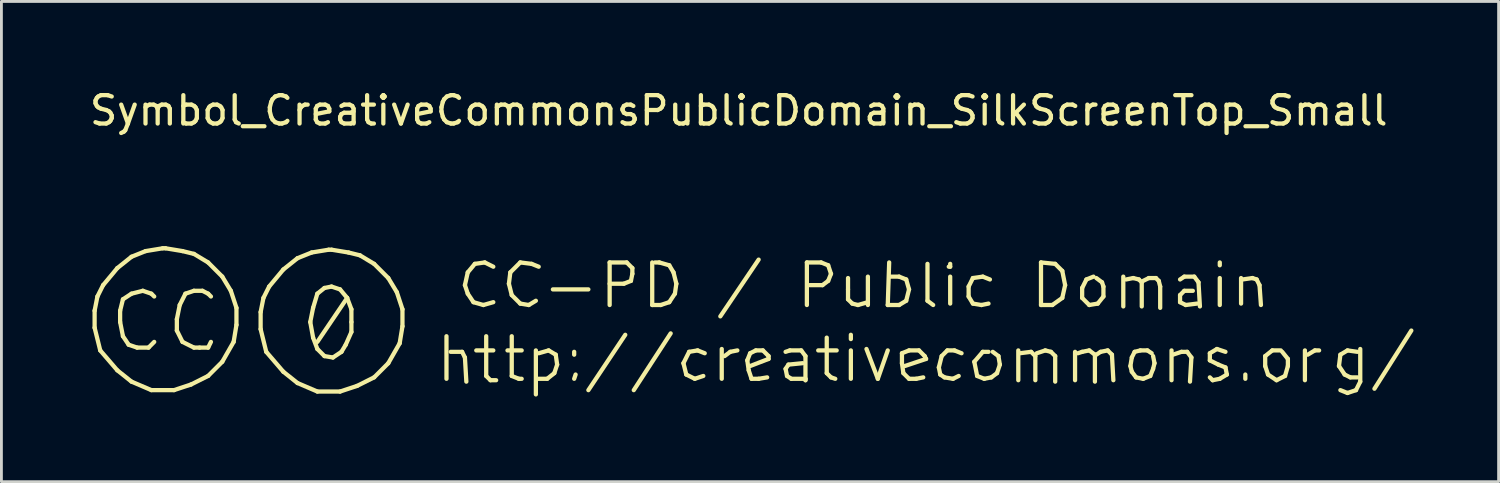
<source format=kicad_pcb>
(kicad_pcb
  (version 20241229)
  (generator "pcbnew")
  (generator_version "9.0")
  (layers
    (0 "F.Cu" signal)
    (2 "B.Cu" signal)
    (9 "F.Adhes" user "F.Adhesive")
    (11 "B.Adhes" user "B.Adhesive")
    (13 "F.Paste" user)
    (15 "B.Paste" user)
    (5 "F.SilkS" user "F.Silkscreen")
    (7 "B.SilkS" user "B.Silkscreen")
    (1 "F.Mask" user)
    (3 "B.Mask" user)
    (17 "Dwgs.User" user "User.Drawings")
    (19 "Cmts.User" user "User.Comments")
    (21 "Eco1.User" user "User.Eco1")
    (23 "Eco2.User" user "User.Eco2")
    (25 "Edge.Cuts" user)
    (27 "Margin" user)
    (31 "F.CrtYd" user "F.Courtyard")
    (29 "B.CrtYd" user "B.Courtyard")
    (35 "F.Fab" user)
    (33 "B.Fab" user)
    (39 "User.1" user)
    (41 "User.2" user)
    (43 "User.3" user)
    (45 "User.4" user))
  (footprint "Symbol_CreativeCommonsPublicDomain_SilkScreenTop_Small"
    (layer "F.Cu")
    (at 22.383 8.148)
    (property "Reference" "Symbol_CreativeCommonsPublicDomain_SilkScreenTop_Small" (at 0.599 -7.3 0) (layer "F.SilkS") (effects (font (size 1 1) (thickness 0.15))))
    (attr through_hole)
    (fp_line (start -22.099 -0.25) (end -22.099 0.35) (stroke (width 0.15) (type solid)) (layer "F.SilkS"))
    (fp_line (start -22.099 0.35) (end -21.901 1.15) (stroke (width 0.15) (type solid)) (layer "F.SilkS"))
    (fp_line (start -22 -0.75) (end -22.099 -0.25) (stroke (width 0.15) (type solid)) (layer "F.SilkS"))
    (fp_line (start -21.901 1.15) (end -21.299 1.851) (stroke (width 0.15) (type solid)) (layer "F.SilkS"))
    (fp_line (start -21.8 -1.149) (end -22 -0.75) (stroke (width 0.15) (type solid)) (layer "F.SilkS"))
    (fp_line (start -21.299 -1.751) (end -21.8 -1.149) (stroke (width 0.15) (type solid)) (layer "F.SilkS"))
    (fp_line (start -21.299 1.851) (end -20.799 2.25) (stroke (width 0.15) (type solid)) (layer "F.SilkS"))
    (fp_line (start -21.2 -0.25) (end -21.2 0.149) (stroke (width 0.15) (type solid)) (layer "F.SilkS"))
    (fp_line (start -21.2 0.149) (end -21.101 0.649) (stroke (width 0.15) (type solid)) (layer "F.SilkS"))
    (fp_line (start -21.101 -0.651) (end -21.2 -0.25) (stroke (width 0.15) (type solid)) (layer "F.SilkS"))
    (fp_line (start -21.101 0.649) (end -20.9 0.949) (stroke (width 0.15) (type solid)) (layer "F.SilkS"))
    (fp_line (start -20.9 0.949) (end -20.601 1.051) (stroke (width 0.15) (type solid)) (layer "F.SilkS"))
    (fp_line (start -20.799 -2.15) (end -21.299 -1.751) (stroke (width 0.15) (type solid)) (layer "F.SilkS"))
    (fp_line (start -20.799 -0.849) (end -21.101 -0.651) (stroke (width 0.15) (type solid)) (layer "F.SilkS"))
    (fp_line (start -20.799 2.25) (end -20.1 2.549) (stroke (width 0.15) (type solid)) (layer "F.SilkS"))
    (fp_line (start -20.601 1.051) (end -20.199 1.051) (stroke (width 0.15) (type solid)) (layer "F.SilkS"))
    (fp_line (start -20.4 -0.951) (end -20.799 -0.849) (stroke (width 0.15) (type solid)) (layer "F.SilkS"))
    (fp_line (start -20.301 -2.35) (end -20.799 -2.15) (stroke (width 0.15) (type solid)) (layer "F.SilkS"))
    (fp_line (start -20.199 1.051) (end -19.999 0.85) (stroke (width 0.15) (type solid)) (layer "F.SilkS"))
    (fp_line (start -20.1 -0.849) (end -20.4 -0.951) (stroke (width 0.15) (type solid)) (layer "F.SilkS"))
    (fp_line (start -20.1 2.549) (end -19.3 2.549) (stroke (width 0.15) (type solid)) (layer "F.SilkS"))
    (fp_line (start -19.999 -0.75) (end -20.1 -0.849) (stroke (width 0.15) (type solid)) (layer "F.SilkS"))
    (fp_line (start -19.699 -2.449) (end -20.301 -2.35) (stroke (width 0.15) (type solid)) (layer "F.SilkS"))
    (fp_line (start -19.6 -2.449) (end -19.699 -2.449) (stroke (width 0.15) (type solid)) (layer "F.SilkS"))
    (fp_line (start -19.3 2.549) (end -18.701 2.351) (stroke (width 0.15) (type solid)) (layer "F.SilkS"))
    (fp_line (start -19.201 0.05) (end -19.201 0.449) (stroke (width 0.15) (type solid)) (layer "F.SilkS"))
    (fp_line (start -19.201 0.449) (end -19.001 0.85) (stroke (width 0.15) (type solid)) (layer "F.SilkS"))
    (fp_line (start -19.1 -0.45) (end -19.201 0.05) (stroke (width 0.15) (type solid)) (layer "F.SilkS"))
    (fp_line (start -19.001 -2.35) (end -19.6 -2.449) (stroke (width 0.15) (type solid)) (layer "F.SilkS"))
    (fp_line (start -19.001 0.85) (end -18.599 1.051) (stroke (width 0.15) (type solid)) (layer "F.SilkS"))
    (fp_line (start -18.899 -0.849) (end -19.1 -0.45) (stroke (width 0.15) (type solid)) (layer "F.SilkS"))
    (fp_line (start -18.701 2.351) (end -18.099 2.049) (stroke (width 0.15) (type solid)) (layer "F.SilkS"))
    (fp_line (start -18.599 -2.251) (end -19.001 -2.35) (stroke (width 0.15) (type solid)) (layer "F.SilkS"))
    (fp_line (start -18.599 -0.951) (end -18.899 -0.849) (stroke (width 0.15) (type solid)) (layer "F.SilkS"))
    (fp_line (start -18.599 1.051) (end -18.401 1.051) (stroke (width 0.15) (type solid)) (layer "F.SilkS"))
    (fp_line (start -18.401 1.051) (end -18.099 1.051) (stroke (width 0.15) (type solid)) (layer "F.SilkS"))
    (fp_line (start -18.3 -0.951) (end -18.599 -0.951) (stroke (width 0.15) (type solid)) (layer "F.SilkS"))
    (fp_line (start -18.099 -1.949) (end -18.599 -2.251) (stroke (width 0.15) (type solid)) (layer "F.SilkS"))
    (fp_line (start -18.099 -0.849) (end -18.3 -0.951) (stroke (width 0.15) (type solid)) (layer "F.SilkS"))
    (fp_line (start -18.099 1.051) (end -18 0.85) (stroke (width 0.15) (type solid)) (layer "F.SilkS"))
    (fp_line (start -18.099 2.049) (end -17.601 1.551) (stroke (width 0.15) (type solid)) (layer "F.SilkS"))
    (fp_line (start -18 -0.75) (end -18.099 -0.849) (stroke (width 0.15) (type solid)) (layer "F.SilkS"))
    (fp_line (start -17.601 -1.451) (end -18.099 -1.949) (stroke (width 0.15) (type solid)) (layer "F.SilkS"))
    (fp_line (start -17.601 1.551) (end -17.2 0.85) (stroke (width 0.15) (type solid)) (layer "F.SilkS"))
    (fp_line (start -17.299 -0.951) (end -17.601 -1.451) (stroke (width 0.15) (type solid)) (layer "F.SilkS"))
    (fp_line (start -17.2 0.85) (end -17.101 0.251) (stroke (width 0.15) (type solid)) (layer "F.SilkS"))
    (fp_line (start -17.101 -0.349) (end -17.299 -0.951) (stroke (width 0.15) (type solid)) (layer "F.SilkS"))
    (fp_line (start -17.101 0.251) (end -17.101 -0.349) (stroke (width 0.15) (type solid)) (layer "F.SilkS"))
    (fp_line (start -16.249 -0.2) (end -16.249 0.4) (stroke (width 0.15) (type solid)) (layer "F.SilkS"))
    (fp_line (start -16.249 0.4) (end -16.051 1.2) (stroke (width 0.15) (type solid)) (layer "F.SilkS"))
    (fp_line (start -16.15 -0.7) (end -16.249 -0.2) (stroke (width 0.15) (type solid)) (layer "F.SilkS"))
    (fp_line (start -16.051 1.2) (end -15.449 1.901) (stroke (width 0.15) (type solid)) (layer "F.SilkS"))
    (fp_line (start -15.95 -1.099) (end -16.15 -0.7) (stroke (width 0.15) (type solid)) (layer "F.SilkS"))
    (fp_line (start -15.449 -1.701) (end -15.95 -1.099) (stroke (width 0.15) (type solid)) (layer "F.SilkS"))
    (fp_line (start -15.449 1.901) (end -14.949 2.3) (stroke (width 0.15) (type solid)) (layer "F.SilkS"))
    (fp_line (start -14.949 -2.1) (end -15.449 -1.701) (stroke (width 0.15) (type solid)) (layer "F.SilkS"))
    (fp_line (start -14.949 2.3) (end -14.25 2.599) (stroke (width 0.15) (type solid)) (layer "F.SilkS"))
    (fp_line (start -14.5 0.15) (end -14.4 -0.35) (stroke (width 0.15) (type solid)) (layer "F.SilkS"))
    (fp_line (start -14.451 -2.3) (end -14.949 -2.1) (stroke (width 0.15) (type solid)) (layer "F.SilkS"))
    (fp_line (start -14.4 -0.35) (end -14.25 -0.85) (stroke (width 0.15) (type solid)) (layer "F.SilkS"))
    (fp_line (start -14.4 0.7) (end -14.5 0.15) (stroke (width 0.15) (type solid)) (layer "F.SilkS"))
    (fp_line (start -14.25 2.599) (end -13.45 2.599) (stroke (width 0.15) (type solid)) (layer "F.SilkS"))
    (fp_line (start -14.25 -0.85) (end -14 -1.05) (stroke (width 0.15) (type solid)) (layer "F.SilkS"))
    (fp_line (start -14.25 1.1) (end -14.4 0.7) (stroke (width 0.15) (type solid)) (layer "F.SilkS"))
    (fp_line (start -14 -1.05) (end -13.75 -1.1) (stroke (width 0.15) (type solid)) (layer "F.SilkS"))
    (fp_line (start -14 1.35) (end -14.25 1.1) (stroke (width 0.15) (type solid)) (layer "F.SilkS"))
    (fp_line (start -13.849 -2.399) (end -14.451 -2.3) (stroke (width 0.15) (type solid)) (layer "F.SilkS"))
    (fp_line (start -13.75 -2.399) (end -13.849 -2.399) (stroke (width 0.15) (type solid)) (layer "F.SilkS"))
    (fp_line (start -13.75 -1.1) (end -13.45 -1) (stroke (width 0.15) (type solid)) (layer "F.SilkS"))
    (fp_line (start -13.7 1.4) (end -14 1.35) (stroke (width 0.15) (type solid)) (layer "F.SilkS"))
    (fp_line (start -13.45 2.599) (end -12.851 2.401) (stroke (width 0.15) (type solid)) (layer "F.SilkS"))
    (fp_line (start -13.45 -1) (end -13.2 -0.7) (stroke (width 0.15) (type solid)) (layer "F.SilkS"))
    (fp_line (start -13.4 1.2) (end -13.7 1.4) (stroke (width 0.15) (type solid)) (layer "F.SilkS"))
    (fp_line (start -13.25 0.95) (end -13.4 1.2) (stroke (width 0.15) (type solid)) (layer "F.SilkS"))
    (fp_line (start -13.2 -0.7) (end -14.25 0.85) (stroke (width 0.15) (type solid)) (layer "F.SilkS"))
    (fp_line (start -13.2 -0.7) (end -13.05 -0.3) (stroke (width 0.15) (type solid)) (layer "F.SilkS"))
    (fp_line (start -13.151 -2.3) (end -13.75 -2.399) (stroke (width 0.15) (type solid)) (layer "F.SilkS"))
    (fp_line (start -13.05 -0.3) (end -13.05 0.15) (stroke (width 0.15) (type solid)) (layer "F.SilkS"))
    (fp_line (start -13.05 0.15) (end -13.05 0.5) (stroke (width 0.15) (type solid)) (layer "F.SilkS"))
    (fp_line (start -13.05 0.5) (end -13.25 0.95) (stroke (width 0.15) (type solid)) (layer "F.SilkS"))
    (fp_line (start -12.851 2.401) (end -12.249 2.099) (stroke (width 0.15) (type solid)) (layer "F.SilkS"))
    (fp_line (start -12.749 -2.201) (end -13.151 -2.3) (stroke (width 0.15) (type solid)) (layer "F.SilkS"))
    (fp_line (start -12.249 -1.899) (end -12.749 -2.201) (stroke (width 0.15) (type solid)) (layer "F.SilkS"))
    (fp_line (start -12.249 2.099) (end -11.751 1.601) (stroke (width 0.15) (type solid)) (layer "F.SilkS"))
    (fp_line (start -11.751 -1.401) (end -12.249 -1.899) (stroke (width 0.15) (type solid)) (layer "F.SilkS"))
    (fp_line (start -11.751 1.601) (end -11.35 0.9) (stroke (width 0.15) (type solid)) (layer "F.SilkS"))
    (fp_line (start -11.449 -0.901) (end -11.751 -1.401) (stroke (width 0.15) (type solid)) (layer "F.SilkS"))
    (fp_line (start -11.35 0.9) (end -11.251 0.301) (stroke (width 0.15) (type solid)) (layer "F.SilkS"))
    (fp_line (start -11.251 -0.299) (end -11.449 -0.901) (stroke (width 0.15) (type solid)) (layer "F.SilkS"))
    (fp_line (start -11.251 0.301) (end -11.251 -0.299) (stroke (width 0.15) (type solid)) (layer "F.SilkS"))
    (fp_line (start -9.7 0.65) (end -9.7 2.15) (stroke (width 0.15) (type solid)) (layer "F.SilkS"))
    (fp_line (start -9.15 1.2) (end -9.55 1.2) (stroke (width 0.15) (type solid)) (layer "F.SilkS"))
    (fp_line (start -9.05 -1.15) (end -8.95 -0.85) (stroke (width 0.15) (type solid)) (layer "F.SilkS"))
    (fp_line (start -9.05 1.4) (end -9.15 1.2) (stroke (width 0.15) (type solid)) (layer "F.SilkS"))
    (fp_line (start -9 2.25) (end -9.05 1.4) (stroke (width 0.15) (type solid)) (layer "F.SilkS"))
    (fp_line (start -8.95 -1.6) (end -9.05 -1.15) (stroke (width 0.15) (type solid)) (layer "F.SilkS"))
    (fp_line (start -8.95 -0.85) (end -8.75 -0.55) (stroke (width 0.15) (type solid)) (layer "F.SilkS"))
    (fp_line (start -8.75 -0.55) (end -8.4 -0.45) (stroke (width 0.15) (type solid)) (layer "F.SilkS"))
    (fp_line (start -8.7 -1.9) (end -8.95 -1.6) (stroke (width 0.15) (type solid)) (layer "F.SilkS"))
    (fp_line (start -8.65 1.15) (end -8.05 1.15) (stroke (width 0.15) (type solid)) (layer "F.SilkS"))
    (fp_line (start -8.4 -0.45) (end -8.05 -0.55) (stroke (width 0.15) (type solid)) (layer "F.SilkS"))
    (fp_line (start -8.35 -1.95) (end -8.7 -1.9) (stroke (width 0.15) (type solid)) (layer "F.SilkS"))
    (fp_line (start -8.3 0.65) (end -8.3 2.05) (stroke (width 0.15) (type solid)) (layer "F.SilkS"))
    (fp_line (start -8.3 2.05) (end -8.15 2.2) (stroke (width 0.15) (type solid)) (layer "F.SilkS"))
    (fp_line (start -8.15 2.2) (end -7.95 2.2) (stroke (width 0.15) (type solid)) (layer "F.SilkS"))
    (fp_line (start -8.05 -1.8) (end -8.35 -1.95) (stroke (width 0.15) (type solid)) (layer "F.SilkS"))
    (fp_line (start -7.5 -1.2) (end -7.4 -0.8) (stroke (width 0.15) (type solid)) (layer "F.SilkS"))
    (fp_line (start -7.45 -1.6) (end -7.5 -1.2) (stroke (width 0.15) (type solid)) (layer "F.SilkS"))
    (fp_line (start -7.4 -0.8) (end -7.1 -0.5) (stroke (width 0.15) (type solid)) (layer "F.SilkS"))
    (fp_line (start -7.4 0.65) (end -7.4 2.05) (stroke (width 0.15) (type solid)) (layer "F.SilkS"))
    (fp_line (start -7.4 2.05) (end -7.15 2.15) (stroke (width 0.15) (type solid)) (layer "F.SilkS"))
    (fp_line (start -7.15 2.15) (end -7.05 2.15) (stroke (width 0.15) (type solid)) (layer "F.SilkS"))
    (fp_line (start -7.1 -1.95) (end -7.45 -1.6) (stroke (width 0.15) (type solid)) (layer "F.SilkS"))
    (fp_line (start -7.1 -0.5) (end -6.8 -0.45) (stroke (width 0.15) (type solid)) (layer "F.SilkS"))
    (fp_line (start -7.05 1.15) (end -7.55 1.15) (stroke (width 0.15) (type solid)) (layer "F.SilkS"))
    (fp_line (start -6.8 -0.45) (end -6.55 -0.6) (stroke (width 0.15) (type solid)) (layer "F.SilkS"))
    (fp_line (start -6.7 -1.9) (end -7.1 -1.95) (stroke (width 0.15) (type solid)) (layer "F.SilkS"))
    (fp_line (start -6.55 2.7) (end -6.55 1.15) (stroke (width 0.15) (type solid)) (layer "F.SilkS"))
    (fp_line (start -6.5 2.15) (end -6.15 2.15) (stroke (width 0.15) (type solid)) (layer "F.SilkS"))
    (fp_line (start -6.45 -1.8) (end -6.7 -1.9) (stroke (width 0.15) (type solid)) (layer "F.SilkS"))
    (fp_line (start -6.15 2.15) (end -5.9 1.95) (stroke (width 0.15) (type solid)) (layer "F.SilkS"))
    (fp_line (start -6.1 1.15) (end -6.45 1.25) (stroke (width 0.15) (type solid)) (layer "F.SilkS"))
    (fp_line (start -5.95 -1) (end -4.7 -1) (stroke (width 0.15) (type solid)) (layer "F.SilkS"))
    (fp_line (start -5.9 1.95) (end -5.8 1.65) (stroke (width 0.15) (type solid)) (layer "F.SilkS"))
    (fp_line (start -5.85 1.3) (end -6.1 1.15) (stroke (width 0.15) (type solid)) (layer "F.SilkS"))
    (fp_line (start -5.8 1.65) (end -5.85 1.3) (stroke (width 0.15) (type solid)) (layer "F.SilkS"))
    (fp_line (start -5.2 1.2) (end -5.2 1.3) (stroke (width 0.15) (type solid)) (layer "F.SilkS"))
    (fp_line (start -5.15 2) (end -5.2 2.15) (stroke (width 0.15) (type solid)) (layer "F.SilkS"))
    (fp_line (start -4.7 2.55) (end -3.4 0.6) (stroke (width 0.15) (type solid)) (layer "F.SilkS"))
    (fp_line (start -3.95 -1.95) (end -3.35 -1.95) (stroke (width 0.15) (type solid)) (layer "F.SilkS"))
    (fp_line (start -3.95 -0.45) (end -3.95 -1.95) (stroke (width 0.15) (type solid)) (layer "F.SilkS"))
    (fp_line (start -3.45 -1.2) (end -3.95 -1.2) (stroke (width 0.15) (type solid)) (layer "F.SilkS"))
    (fp_line (start -3.35 -1.95) (end -3.15 -1.75) (stroke (width 0.15) (type solid)) (layer "F.SilkS"))
    (fp_line (start -3.2 -1.3) (end -3.45 -1.2) (stroke (width 0.15) (type solid)) (layer "F.SilkS"))
    (fp_line (start -3.15 -1.75) (end -3.15 -1.55) (stroke (width 0.15) (type solid)) (layer "F.SilkS"))
    (fp_line (start -3.15 -1.55) (end -3.2 -1.3) (stroke (width 0.15) (type solid)) (layer "F.SilkS"))
    (fp_line (start -3.1 2.55) (end -1.8 0.55) (stroke (width 0.15) (type solid)) (layer "F.SilkS"))
    (fp_line (start -2.45 -1.95) (end -2.45 -0.45) (stroke (width 0.15) (type solid)) (layer "F.SilkS"))
    (fp_line (start -2.45 -0.45) (end -2.15 -0.45) (stroke (width 0.15) (type solid)) (layer "F.SilkS"))
    (fp_line (start -2.2 -1.95) (end -2.35 -1.95) (stroke (width 0.15) (type solid)) (layer "F.SilkS"))
    (fp_line (start -2.15 -0.45) (end -1.85 -0.55) (stroke (width 0.15) (type solid)) (layer "F.SilkS"))
    (fp_line (start -1.85 -1.85) (end -2.2 -1.95) (stroke (width 0.15) (type solid)) (layer "F.SilkS"))
    (fp_line (start -1.85 -0.55) (end -1.65 -0.85) (stroke (width 0.15) (type solid)) (layer "F.SilkS"))
    (fp_line (start -1.7 -1.6) (end -1.85 -1.85) (stroke (width 0.15) (type solid)) (layer "F.SilkS"))
    (fp_line (start -1.65 -0.85) (end -1.6 -1.2) (stroke (width 0.15) (type solid)) (layer "F.SilkS"))
    (fp_line (start -1.6 -1.2) (end -1.7 -1.6) (stroke (width 0.15) (type solid)) (layer "F.SilkS"))
    (fp_line (start -1.35 1.6) (end -1.25 2) (stroke (width 0.15) (type solid)) (layer "F.SilkS"))
    (fp_line (start -1.25 2) (end -0.95 2.15) (stroke (width 0.15) (type solid)) (layer "F.SilkS"))
    (fp_line (start -1.15 1.2) (end -1.35 1.6) (stroke (width 0.15) (type solid)) (layer "F.SilkS"))
    (fp_line (start -0.95 2.15) (end -0.65 2.05) (stroke (width 0.15) (type solid)) (layer "F.SilkS"))
    (fp_line (start -0.85 1.15) (end -1.15 1.2) (stroke (width 0.15) (type solid)) (layer "F.SilkS"))
    (fp_line (start -0.6 1.25) (end -0.85 1.15) (stroke (width 0.15) (type solid)) (layer "F.SilkS"))
    (fp_line (start -0.05 -0.05) (end 1.3 -2.05) (stroke (width 0.15) (type solid)) (layer "F.SilkS"))
    (fp_line (start 0 2.15) (end 0 1.1) (stroke (width 0.15) (type solid)) (layer "F.SilkS"))
    (fp_line (start 0.3 1.2) (end 0.1 1.35) (stroke (width 0.15) (type solid)) (layer "F.SilkS"))
    (fp_line (start 0.55 1.15) (end 0.3 1.2) (stroke (width 0.15) (type solid)) (layer "F.SilkS"))
    (fp_line (start 0.9 1.5) (end 1 1.25) (stroke (width 0.15) (type solid)) (layer "F.SilkS"))
    (fp_line (start 0.95 1.85) (end 0.9 1.5) (stroke (width 0.15) (type solid)) (layer "F.SilkS"))
    (fp_line (start 1 1.25) (end 1.2 1.15) (stroke (width 0.15) (type solid)) (layer "F.SilkS"))
    (fp_line (start 1.05 2.15) (end 0.95 1.85) (stroke (width 0.15) (type solid)) (layer "F.SilkS"))
    (fp_line (start 1.2 1.15) (end 1.45 1.15) (stroke (width 0.15) (type solid)) (layer "F.SilkS"))
    (fp_line (start 1.3 2.15) (end 1.05 2.15) (stroke (width 0.15) (type solid)) (layer "F.SilkS"))
    (fp_line (start 1.45 1.15) (end 1.65 1.35) (stroke (width 0.15) (type solid)) (layer "F.SilkS"))
    (fp_line (start 1.6 2.1) (end 1.3 2.15) (stroke (width 0.15) (type solid)) (layer "F.SilkS"))
    (fp_line (start 1.65 1.35) (end 1.65 1.45) (stroke (width 0.15) (type solid)) (layer "F.SilkS"))
    (fp_line (start 1.65 1.45) (end 1 1.7) (stroke (width 0.15) (type solid)) (layer "F.SilkS"))
    (fp_line (start 2.25 1.2) (end 2.4 1.15) (stroke (width 0.15) (type solid)) (layer "F.SilkS"))
    (fp_line (start 2.25 1.8) (end 2.35 1.65) (stroke (width 0.15) (type solid)) (layer "F.SilkS"))
    (fp_line (start 2.3 2.05) (end 2.25 1.8) (stroke (width 0.15) (type solid)) (layer "F.SilkS"))
    (fp_line (start 2.35 1.65) (end 2.85 1.6) (stroke (width 0.15) (type solid)) (layer "F.SilkS"))
    (fp_line (start 2.4 1.15) (end 2.8 1.15) (stroke (width 0.15) (type solid)) (layer "F.SilkS"))
    (fp_line (start 2.45 2.15) (end 2.3 2.05) (stroke (width 0.15) (type solid)) (layer "F.SilkS"))
    (fp_line (start 2.8 1.15) (end 2.95 1.35) (stroke (width 0.15) (type solid)) (layer "F.SilkS"))
    (fp_line (start 2.95 1.35) (end 2.95 2.2) (stroke (width 0.15) (type solid)) (layer "F.SilkS"))
    (fp_line (start 2.95 2.15) (end 2.45 2.15) (stroke (width 0.15) (type solid)) (layer "F.SilkS"))
    (fp_line (start 2.95 2.2) (end 2.95 2.15) (stroke (width 0.15) (type solid)) (layer "F.SilkS"))
    (fp_line (start 3 -1.95) (end 3.5 -1.95) (stroke (width 0.15) (type solid)) (layer "F.SilkS"))
    (fp_line (start 3 -0.45) (end 3 -1.95) (stroke (width 0.15) (type solid)) (layer "F.SilkS"))
    (fp_line (start 3.4 1.15) (end 4.05 1.15) (stroke (width 0.15) (type solid)) (layer "F.SilkS"))
    (fp_line (start 3.5 -1.95) (end 3.75 -1.85) (stroke (width 0.15) (type solid)) (layer "F.SilkS"))
    (fp_line (start 3.55 -1.15) (end 3.1 -1.15) (stroke (width 0.15) (type solid)) (layer "F.SilkS"))
    (fp_line (start 3.7 0.7) (end 3.7 1.95) (stroke (width 0.15) (type solid)) (layer "F.SilkS"))
    (fp_line (start 3.7 1.95) (end 3.85 2.1) (stroke (width 0.15) (type solid)) (layer "F.SilkS"))
    (fp_line (start 3.75 -1.85) (end 3.85 -1.55) (stroke (width 0.15) (type solid)) (layer "F.SilkS"))
    (fp_line (start 3.75 -1.3) (end 3.55 -1.15) (stroke (width 0.15) (type solid)) (layer "F.SilkS"))
    (fp_line (start 3.85 -1.55) (end 3.75 -1.3) (stroke (width 0.15) (type solid)) (layer "F.SilkS"))
    (fp_line (start 3.85 2.1) (end 4 2.15) (stroke (width 0.15) (type solid)) (layer "F.SilkS"))
    (fp_line (start 4.45 -1.4) (end 4.45 -1) (stroke (width 0.15) (type solid)) (layer "F.SilkS"))
    (fp_line (start 4.45 -1) (end 4.45 -0.65) (stroke (width 0.15) (type solid)) (layer "F.SilkS"))
    (fp_line (start 4.45 -0.65) (end 4.6 -0.5) (stroke (width 0.15) (type solid)) (layer "F.SilkS"))
    (fp_line (start 4.55 0.6) (end 4.55 0.75) (stroke (width 0.15) (type solid)) (layer "F.SilkS"))
    (fp_line (start 4.55 1.15) (end 4.55 2.15) (stroke (width 0.15) (type solid)) (layer "F.SilkS"))
    (fp_line (start 4.6 -0.5) (end 4.8 -0.45) (stroke (width 0.15) (type solid)) (layer "F.SilkS"))
    (fp_line (start 4.8 -0.45) (end 5.15 -0.55) (stroke (width 0.15) (type solid)) (layer "F.SilkS"))
    (fp_line (start 5.1 1.1) (end 5.5 2.15) (stroke (width 0.15) (type solid)) (layer "F.SilkS"))
    (fp_line (start 5.15 -1.45) (end 5.15 -0.45) (stroke (width 0.15) (type solid)) (layer "F.SilkS"))
    (fp_line (start 5.5 2.15) (end 5.85 1.15) (stroke (width 0.15) (type solid)) (layer "F.SilkS"))
    (fp_line (start 5.85 -0.45) (end 6.25 -0.45) (stroke (width 0.15) (type solid)) (layer "F.SilkS"))
    (fp_line (start 5.9 -1.95) (end 5.85 -0.45) (stroke (width 0.15) (type solid)) (layer "F.SilkS"))
    (fp_line (start 6.25 -1.45) (end 5.95 -1.45) (stroke (width 0.15) (type solid)) (layer "F.SilkS"))
    (fp_line (start 6.25 -0.45) (end 6.5 -0.6) (stroke (width 0.15) (type solid)) (layer "F.SilkS"))
    (fp_line (start 6.35 1.25) (end 6.6 1.15) (stroke (width 0.15) (type solid)) (layer "F.SilkS"))
    (fp_line (start 6.35 1.6) (end 6.35 1.25) (stroke (width 0.15) (type solid)) (layer "F.SilkS"))
    (fp_line (start 6.4 1.95) (end 6.35 1.6) (stroke (width 0.15) (type solid)) (layer "F.SilkS"))
    (fp_line (start 6.5 -1.35) (end 6.25 -1.45) (stroke (width 0.15) (type solid)) (layer "F.SilkS"))
    (fp_line (start 6.5 -0.6) (end 6.6 -1) (stroke (width 0.15) (type solid)) (layer "F.SilkS"))
    (fp_line (start 6.6 -1) (end 6.5 -1.35) (stroke (width 0.15) (type solid)) (layer "F.SilkS"))
    (fp_line (start 6.6 1.15) (end 6.95 1.15) (stroke (width 0.15) (type solid)) (layer "F.SilkS"))
    (fp_line (start 6.6 2.15) (end 6.4 1.95) (stroke (width 0.15) (type solid)) (layer "F.SilkS"))
    (fp_line (start 6.85 2.15) (end 6.6 2.15) (stroke (width 0.15) (type solid)) (layer "F.SilkS"))
    (fp_line (start 6.95 1.15) (end 7.15 1.35) (stroke (width 0.15) (type solid)) (layer "F.SilkS"))
    (fp_line (start 7.1 2.1) (end 6.85 2.15) (stroke (width 0.15) (type solid)) (layer "F.SilkS"))
    (fp_line (start 7.15 1.35) (end 7.2 1.45) (stroke (width 0.15) (type solid)) (layer "F.SilkS"))
    (fp_line (start 7.2 1.45) (end 6.45 1.7) (stroke (width 0.15) (type solid)) (layer "F.SilkS"))
    (fp_line (start 7.25 -1.9) (end 7.25 -0.6) (stroke (width 0.15) (type solid)) (layer "F.SilkS"))
    (fp_line (start 7.25 -0.6) (end 7.45 -0.45) (stroke (width 0.15) (type solid)) (layer "F.SilkS"))
    (fp_line (start 7.65 1.75) (end 7.7 2) (stroke (width 0.15) (type solid)) (layer "F.SilkS"))
    (fp_line (start 7.7 2) (end 7.85 2.1) (stroke (width 0.15) (type solid)) (layer "F.SilkS"))
    (fp_line (start 7.75 1.35) (end 7.65 1.75) (stroke (width 0.15) (type solid)) (layer "F.SilkS"))
    (fp_line (start 7.85 2.1) (end 8.15 2.15) (stroke (width 0.15) (type solid)) (layer "F.SilkS"))
    (fp_line (start 7.95 1.15) (end 7.75 1.35) (stroke (width 0.15) (type solid)) (layer "F.SilkS"))
    (fp_line (start 8.05 -1.9) (end 8.05 -1.8) (stroke (width 0.15) (type solid)) (layer "F.SilkS"))
    (fp_line (start 8.05 -1.8) (end 8 -1.8) (stroke (width 0.15) (type solid)) (layer "F.SilkS"))
    (fp_line (start 8.05 -1.45) (end 8.05 -0.5) (stroke (width 0.15) (type solid)) (layer "F.SilkS"))
    (fp_line (start 8.15 2.15) (end 8.35 2.05) (stroke (width 0.15) (type solid)) (layer "F.SilkS"))
    (fp_line (start 8.2 1.15) (end 7.95 1.15) (stroke (width 0.15) (type solid)) (layer "F.SilkS"))
    (fp_line (start 8.45 1.25) (end 8.2 1.15) (stroke (width 0.15) (type solid)) (layer "F.SilkS"))
    (fp_line (start 8.7 -1.1) (end 8.7 -0.75) (stroke (width 0.15) (type solid)) (layer "F.SilkS"))
    (fp_line (start 8.7 -0.75) (end 8.85 -0.5) (stroke (width 0.15) (type solid)) (layer "F.SilkS"))
    (fp_line (start 8.85 -1.4) (end 8.7 -1.1) (stroke (width 0.15) (type solid)) (layer "F.SilkS"))
    (fp_line (start 8.85 -0.5) (end 9.15 -0.45) (stroke (width 0.15) (type solid)) (layer "F.SilkS"))
    (fp_line (start 8.9 1.55) (end 9 2.05) (stroke (width 0.15) (type solid)) (layer "F.SilkS"))
    (fp_line (start 9 2.05) (end 9.25 2.15) (stroke (width 0.15) (type solid)) (layer "F.SilkS"))
    (fp_line (start 9.15 -0.45) (end 9.4 -0.5) (stroke (width 0.15) (type solid)) (layer "F.SilkS"))
    (fp_line (start 9.2 -1.45) (end 8.85 -1.4) (stroke (width 0.15) (type solid)) (layer "F.SilkS"))
    (fp_line (start 9.2 1.2) (end 8.9 1.55) (stroke (width 0.15) (type solid)) (layer "F.SilkS"))
    (fp_line (start 9.25 2.15) (end 9.5 2.1) (stroke (width 0.15) (type solid)) (layer "F.SilkS"))
    (fp_line (start 9.4 1.2) (end 9.2 1.2) (stroke (width 0.15) (type solid)) (layer "F.SilkS"))
    (fp_line (start 9.45 -1.35) (end 9.2 -1.45) (stroke (width 0.15) (type solid)) (layer "F.SilkS"))
    (fp_line (start 9.5 2.1) (end 9.7 1.95) (stroke (width 0.15) (type solid)) (layer "F.SilkS"))
    (fp_line (start 9.7 1.95) (end 9.8 1.65) (stroke (width 0.15) (type solid)) (layer "F.SilkS"))
    (fp_line (start 9.75 1.35) (end 9.55 1.2) (stroke (width 0.15) (type solid)) (layer "F.SilkS"))
    (fp_line (start 9.8 1.65) (end 9.75 1.35) (stroke (width 0.15) (type solid)) (layer "F.SilkS"))
    (fp_line (start 10.45 2.2) (end 10.45 1.15) (stroke (width 0.15) (type solid)) (layer "F.SilkS"))
    (fp_line (start 10.9 1.2) (end 10.5 1.25) (stroke (width 0.15) (type solid)) (layer "F.SilkS"))
    (fp_line (start 11.05 1.35) (end 10.9 1.2) (stroke (width 0.15) (type solid)) (layer "F.SilkS"))
    (fp_line (start 11.05 2.2) (end 11.05 1.35) (stroke (width 0.15) (type solid)) (layer "F.SilkS"))
    (fp_line (start 11.25 -1.95) (end 11.25 -0.45) (stroke (width 0.15) (type solid)) (layer "F.SilkS"))
    (fp_line (start 11.25 -0.45) (end 11.65 -0.45) (stroke (width 0.15) (type solid)) (layer "F.SilkS"))
    (fp_line (start 11.4 1.15) (end 11.1 1.25) (stroke (width 0.15) (type solid)) (layer "F.SilkS"))
    (fp_line (start 11.6 1.2) (end 11.4 1.15) (stroke (width 0.15) (type solid)) (layer "F.SilkS"))
    (fp_line (start 11.65 -0.45) (end 12 -0.7) (stroke (width 0.15) (type solid)) (layer "F.SilkS"))
    (fp_line (start 11.75 -1.9) (end 11.25 -1.95) (stroke (width 0.15) (type solid)) (layer "F.SilkS"))
    (fp_line (start 11.75 1.35) (end 11.6 1.2) (stroke (width 0.15) (type solid)) (layer "F.SilkS"))
    (fp_line (start 11.75 2.25) (end 11.75 1.35) (stroke (width 0.15) (type solid)) (layer "F.SilkS"))
    (fp_line (start 12 -1.65) (end 11.75 -1.9) (stroke (width 0.15) (type solid)) (layer "F.SilkS"))
    (fp_line (start 12 -0.7) (end 12.1 -1.15) (stroke (width 0.15) (type solid)) (layer "F.SilkS"))
    (fp_line (start 12.1 -1.15) (end 12 -1.65) (stroke (width 0.15) (type solid)) (layer "F.SilkS"))
    (fp_line (start 12.45 2.2) (end 12.45 1.2) (stroke (width 0.15) (type solid)) (layer "F.SilkS"))
    (fp_line (start 12.7 -1.05) (end 12.7 -0.7) (stroke (width 0.15) (type solid)) (layer "F.SilkS"))
    (fp_line (start 12.7 -0.7) (end 12.95 -0.45) (stroke (width 0.15) (type solid)) (layer "F.SilkS"))
    (fp_line (start 12.7 1.2) (end 12.55 1.25) (stroke (width 0.15) (type solid)) (layer "F.SilkS"))
    (fp_line (start 12.85 -1.35) (end 12.7 -1.05) (stroke (width 0.15) (type solid)) (layer "F.SilkS"))
    (fp_line (start 12.95 -0.45) (end 13.25 -0.5) (stroke (width 0.15) (type solid)) (layer "F.SilkS"))
    (fp_line (start 12.95 1.15) (end 12.7 1.2) (stroke (width 0.15) (type solid)) (layer "F.SilkS"))
    (fp_line (start 13.1 -1.45) (end 12.85 -1.35) (stroke (width 0.15) (type solid)) (layer "F.SilkS"))
    (fp_line (start 13.15 1.3) (end 12.95 1.15) (stroke (width 0.15) (type solid)) (layer "F.SilkS"))
    (fp_line (start 13.15 2.25) (end 13.15 1.3) (stroke (width 0.15) (type solid)) (layer "F.SilkS"))
    (fp_line (start 13.25 -0.5) (end 13.45 -0.75) (stroke (width 0.15) (type solid)) (layer "F.SilkS"))
    (fp_line (start 13.35 1.2) (end 13.2 1.3) (stroke (width 0.15) (type solid)) (layer "F.SilkS"))
    (fp_line (start 13.4 -1.25) (end 13.2 -1.4) (stroke (width 0.15) (type solid)) (layer "F.SilkS"))
    (fp_line (start 13.45 -1.1) (end 13.4 -1.25) (stroke (width 0.15) (type solid)) (layer "F.SilkS"))
    (fp_line (start 13.45 -0.75) (end 13.45 -1.1) (stroke (width 0.15) (type solid)) (layer "F.SilkS"))
    (fp_line (start 13.6 1.15) (end 13.35 1.2) (stroke (width 0.15) (type solid)) (layer "F.SilkS"))
    (fp_line (start 13.75 1.3) (end 13.6 1.15) (stroke (width 0.15) (type solid)) (layer "F.SilkS"))
    (fp_line (start 13.8 2.2) (end 13.75 1.3) (stroke (width 0.15) (type solid)) (layer "F.SilkS"))
    (fp_line (start 14.15 -0.4) (end 14.15 -1.45) (stroke (width 0.15) (type solid)) (layer "F.SilkS"))
    (fp_line (start 14.4 1.7) (end 14.45 1.9) (stroke (width 0.15) (type solid)) (layer "F.SilkS"))
    (fp_line (start 14.45 1.4) (end 14.4 1.7) (stroke (width 0.15) (type solid)) (layer "F.SilkS"))
    (fp_line (start 14.45 1.9) (end 14.6 2.1) (stroke (width 0.15) (type solid)) (layer "F.SilkS"))
    (fp_line (start 14.5 -1.4) (end 14.25 -1.35) (stroke (width 0.15) (type solid)) (layer "F.SilkS"))
    (fp_line (start 14.55 1.2) (end 14.45 1.4) (stroke (width 0.15) (type solid)) (layer "F.SilkS"))
    (fp_line (start 14.6 2.1) (end 14.85 2.15) (stroke (width 0.15) (type solid)) (layer "F.SilkS"))
    (fp_line (start 14.7 -1.35) (end 14.5 -1.4) (stroke (width 0.15) (type solid)) (layer "F.SilkS"))
    (fp_line (start 14.75 1.15) (end 14.55 1.2) (stroke (width 0.15) (type solid)) (layer "F.SilkS"))
    (fp_line (start 14.8 -1.25) (end 14.7 -1.35) (stroke (width 0.15) (type solid)) (layer "F.SilkS"))
    (fp_line (start 14.8 -0.4) (end 14.8 -1.25) (stroke (width 0.15) (type solid)) (layer "F.SilkS"))
    (fp_line (start 14.85 2.15) (end 15.1 2.05) (stroke (width 0.15) (type solid)) (layer "F.SilkS"))
    (fp_line (start 15 1.15) (end 14.75 1.15) (stroke (width 0.15) (type solid)) (layer "F.SilkS"))
    (fp_line (start 15.05 -1.4) (end 14.85 -1.3) (stroke (width 0.15) (type solid)) (layer "F.SilkS"))
    (fp_line (start 15.1 2.05) (end 15.2 1.8) (stroke (width 0.15) (type solid)) (layer "F.SilkS"))
    (fp_line (start 15.15 1.25) (end 15 1.15) (stroke (width 0.15) (type solid)) (layer "F.SilkS"))
    (fp_line (start 15.2 1.8) (end 15.25 1.6) (stroke (width 0.15) (type solid)) (layer "F.SilkS"))
    (fp_line (start 15.25 1.6) (end 15.2 1.35) (stroke (width 0.15) (type solid)) (layer "F.SilkS"))
    (fp_line (start 15.3 -1.4) (end 15.05 -1.4) (stroke (width 0.15) (type solid)) (layer "F.SilkS"))
    (fp_line (start 15.4 -1.3) (end 15.3 -1.4) (stroke (width 0.15) (type solid)) (layer "F.SilkS"))
    (fp_line (start 15.45 -1.1) (end 15.4 -1.3) (stroke (width 0.15) (type solid)) (layer "F.SilkS"))
    (fp_line (start 15.45 -0.35) (end 15.45 -1.1) (stroke (width 0.15) (type solid)) (layer "F.SilkS"))
    (fp_line (start 15.85 2.2) (end 15.85 1.15) (stroke (width 0.15) (type solid)) (layer "F.SilkS"))
    (fp_line (start 16.15 -1.35) (end 16.3 -1.45) (stroke (width 0.15) (type solid)) (layer "F.SilkS"))
    (fp_line (start 16.15 -0.8) (end 16.15 -0.55) (stroke (width 0.15) (type solid)) (layer "F.SilkS"))
    (fp_line (start 16.15 -0.55) (end 16.35 -0.45) (stroke (width 0.15) (type solid)) (layer "F.SilkS"))
    (fp_line (start 16.2 1.2) (end 15.9 1.3) (stroke (width 0.15) (type solid)) (layer "F.SilkS"))
    (fp_line (start 16.3 -1.45) (end 16.65 -1.45) (stroke (width 0.15) (type solid)) (layer "F.SilkS"))
    (fp_line (start 16.3 -0.95) (end 16.15 -0.8) (stroke (width 0.15) (type solid)) (layer "F.SilkS"))
    (fp_line (start 16.35 -0.45) (end 16.75 -0.5) (stroke (width 0.15) (type solid)) (layer "F.SilkS"))
    (fp_line (start 16.4 1.2) (end 16.2 1.2) (stroke (width 0.15) (type solid)) (layer "F.SilkS"))
    (fp_line (start 16.5 2.25) (end 16.55 1.4) (stroke (width 0.15) (type solid)) (layer "F.SilkS"))
    (fp_line (start 16.55 1.4) (end 16.4 1.2) (stroke (width 0.15) (type solid)) (layer "F.SilkS"))
    (fp_line (start 16.6 -0.95) (end 16.3 -0.95) (stroke (width 0.15) (type solid)) (layer "F.SilkS"))
    (fp_line (start 16.65 -1.45) (end 16.8 -1.25) (stroke (width 0.15) (type solid)) (layer "F.SilkS"))
    (fp_line (start 16.8 -1.25) (end 16.85 -0.4) (stroke (width 0.15) (type solid)) (layer "F.SilkS"))
    (fp_line (start 17.2 1.25) (end 17.2 1.5) (stroke (width 0.15) (type solid)) (layer "F.SilkS"))
    (fp_line (start 17.2 1.5) (end 17.5 1.65) (stroke (width 0.15) (type solid)) (layer "F.SilkS"))
    (fp_line (start 17.3 2.2) (end 17.2 2.1) (stroke (width 0.15) (type solid)) (layer "F.SilkS"))
    (fp_line (start 17.45 1.1) (end 17.2 1.25) (stroke (width 0.15) (type solid)) (layer "F.SilkS"))
    (fp_line (start 17.5 1.65) (end 17.75 1.75) (stroke (width 0.15) (type solid)) (layer "F.SilkS"))
    (fp_line (start 17.55 -1.95) (end 17.55 -1.85) (stroke (width 0.15) (type solid)) (layer "F.SilkS"))
    (fp_line (start 17.55 -1.4) (end 17.55 -0.45) (stroke (width 0.15) (type solid)) (layer "F.SilkS"))
    (fp_line (start 17.55 2.15) (end 17.3 2.2) (stroke (width 0.15) (type solid)) (layer "F.SilkS"))
    (fp_line (start 17.75 1.2) (end 17.45 1.1) (stroke (width 0.15) (type solid)) (layer "F.SilkS"))
    (fp_line (start 17.75 1.75) (end 17.8 2) (stroke (width 0.15) (type solid)) (layer "F.SilkS"))
    (fp_line (start 17.8 2) (end 17.55 2.15) (stroke (width 0.15) (type solid)) (layer "F.SilkS"))
    (fp_line (start 18.3 -1.4) (end 18.3 -0.5) (stroke (width 0.15) (type solid)) (layer "F.SilkS"))
    (fp_line (start 18.45 2) (end 18.45 2.15) (stroke (width 0.15) (type solid)) (layer "F.SilkS"))
    (fp_line (start 18.7 -1.4) (end 18.35 -1.35) (stroke (width 0.15) (type solid)) (layer "F.SilkS"))
    (fp_line (start 18.85 -1.35) (end 18.7 -1.4) (stroke (width 0.15) (type solid)) (layer "F.SilkS"))
    (fp_line (start 18.95 -1.15) (end 18.85 -1.35) (stroke (width 0.15) (type solid)) (layer "F.SilkS"))
    (fp_line (start 19 -0.45) (end 18.95 -1.15) (stroke (width 0.15) (type solid)) (layer "F.SilkS"))
    (fp_line (start 19.15 1.35) (end 19.15 1.7) (stroke (width 0.15) (type solid)) (layer "F.SilkS"))
    (fp_line (start 19.15 1.7) (end 19.25 2) (stroke (width 0.15) (type solid)) (layer "F.SilkS"))
    (fp_line (start 19.25 2) (end 19.55 2.2) (stroke (width 0.15) (type solid)) (layer "F.SilkS"))
    (fp_line (start 19.4 1.15) (end 19.15 1.35) (stroke (width 0.15) (type solid)) (layer "F.SilkS"))
    (fp_line (start 19.55 2.2) (end 19.85 2.05) (stroke (width 0.15) (type solid)) (layer "F.SilkS"))
    (fp_line (start 19.7 1.15) (end 19.4 1.15) (stroke (width 0.15) (type solid)) (layer "F.SilkS"))
    (fp_line (start 19.85 2.05) (end 19.95 1.7) (stroke (width 0.15) (type solid)) (layer "F.SilkS"))
    (fp_line (start 19.95 1.45) (end 19.75 1.2) (stroke (width 0.15) (type solid)) (layer "F.SilkS"))
    (fp_line (start 19.95 1.7) (end 19.95 1.45) (stroke (width 0.15) (type solid)) (layer "F.SilkS"))
    (fp_line (start 20.55 1.15) (end 20.55 2.2) (stroke (width 0.15) (type solid)) (layer "F.SilkS"))
    (fp_line (start 20.9 1.15) (end 20.65 1.3) (stroke (width 0.15) (type solid)) (layer "F.SilkS"))
    (fp_line (start 21.05 1.15) (end 20.9 1.15) (stroke (width 0.15) (type solid)) (layer "F.SilkS"))
    (fp_line (start 21.75 1.7) (end 21.95 2) (stroke (width 0.15) (type solid)) (layer "F.SilkS"))
    (fp_line (start 21.8 1.3) (end 21.75 1.7) (stroke (width 0.15) (type solid)) (layer "F.SilkS"))
    (fp_line (start 21.8 2.55) (end 22.05 2.65) (stroke (width 0.15) (type solid)) (layer "F.SilkS"))
    (fp_line (start 21.95 2) (end 22.15 2.1) (stroke (width 0.15) (type solid)) (layer "F.SilkS"))
    (fp_line (start 22.05 1.15) (end 21.8 1.3) (stroke (width 0.15) (type solid)) (layer "F.SilkS"))
    (fp_line (start 22.05 2.65) (end 22.35 2.55) (stroke (width 0.15) (type solid)) (layer "F.SilkS"))
    (fp_line (start 22.15 2.1) (end 22.4 2.1) (stroke (width 0.15) (type solid)) (layer "F.SilkS"))
    (fp_line (start 22.35 2.55) (end 22.5 2.25) (stroke (width 0.15) (type solid)) (layer "F.SilkS"))
    (fp_line (start 22.4 1.2) (end 22.05 1.15) (stroke (width 0.15) (type solid)) (layer "F.SilkS"))
    (fp_line (start 22.5 2.25) (end 22.5 1.1) (stroke (width 0.15) (type solid)) (layer "F.SilkS"))
    (fp_line (start 23 2.5) (end 24.3 0.45) (stroke (width 0.15) (type solid)) (layer "F.SilkS")))
  (gr_rect
    (start -3 -3)
    (end 49.758 13.923)
    (stroke (width 0.1) (type default))
    (fill no)
    (layer "Edge.Cuts")))
</source>
